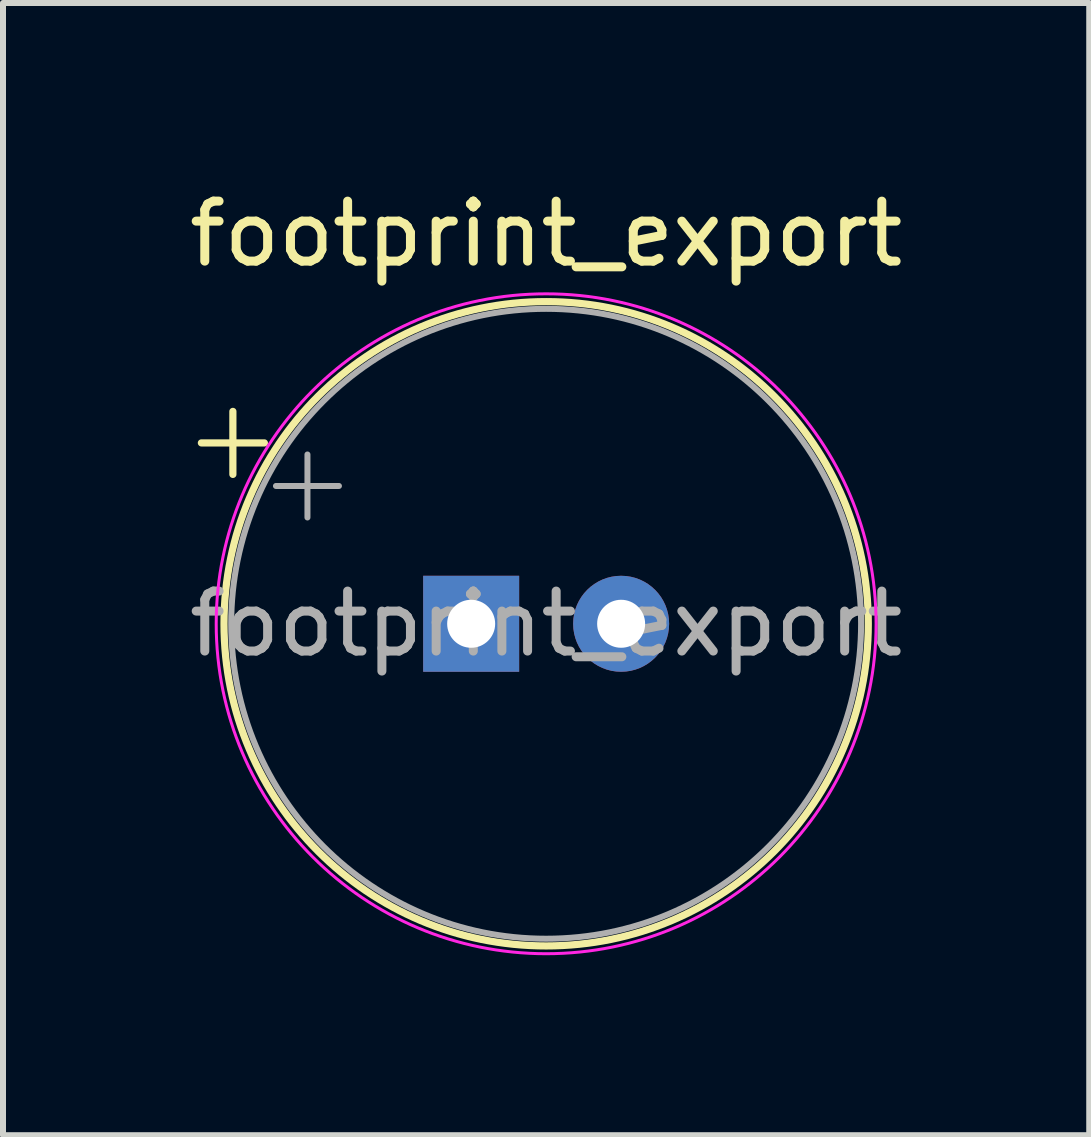
<source format=kicad_pcb>
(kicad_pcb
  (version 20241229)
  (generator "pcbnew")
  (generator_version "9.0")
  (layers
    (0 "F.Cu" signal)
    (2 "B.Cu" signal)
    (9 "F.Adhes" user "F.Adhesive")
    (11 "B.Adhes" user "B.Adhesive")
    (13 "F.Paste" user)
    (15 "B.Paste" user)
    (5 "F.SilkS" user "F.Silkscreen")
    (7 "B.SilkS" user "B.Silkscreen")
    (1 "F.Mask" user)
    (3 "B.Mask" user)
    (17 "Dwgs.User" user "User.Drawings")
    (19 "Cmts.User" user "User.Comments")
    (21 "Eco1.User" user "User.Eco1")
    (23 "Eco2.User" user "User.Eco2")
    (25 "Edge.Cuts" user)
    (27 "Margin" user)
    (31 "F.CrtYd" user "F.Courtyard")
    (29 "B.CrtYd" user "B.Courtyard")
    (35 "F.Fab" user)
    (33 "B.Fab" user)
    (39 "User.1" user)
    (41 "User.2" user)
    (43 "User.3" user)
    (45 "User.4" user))
  (footprint "footprint_export"
    (layer "F.Cu")
    (at 4.804 7.348)
    (property "Reference" "footprint_export" (at 1.25 -6.5 0) (layer "F.SilkS") (effects (font (size 1 1) (thickness 0.15))))
    (attr through_hole)
    (fp_line (start -4.497 -3.015) (end -3.447 -3.015) (stroke (width 0.12) (type solid)) (layer "F.SilkS"))
    (fp_line (start -3.972 -3.54) (end -3.972 -2.49) (stroke (width 0.12) (type solid)) (layer "F.SilkS"))
    (fp_circle (center 1.25 0) (end 6.62 0) (stroke (width 0.12) (type solid)) (fill no) (layer "F.SilkS"))
    (fp_circle (center 1.25 0) (end 6.75 0) (stroke (width 0.05) (type solid)) (fill no) (layer "F.CrtYd"))
    (fp_line (start -3.254 -2.297) (end -2.204 -2.297) (stroke (width 0.1) (type solid)) (layer "F.Fab"))
    (fp_line (start -2.729 -2.822) (end -2.729 -1.772) (stroke (width 0.1) (type solid)) (layer "F.Fab"))
    (fp_circle (center 1.25 0) (end 6.5 0) (stroke (width 0.1) (type solid)) (fill no) (layer "F.Fab"))
    (fp_text user "${REFERENCE}" (at 1.25 0 0) (layer "F.Fab") (effects (font (size 1 1) (thickness 0.15))))
    (pad "1" thru_hole rect (at 0 0) (size 1.6 1.6) (drill 0.8) (layers "*.Cu" "*.Mask"))
    (pad "2" thru_hole circle (at 2.5 0) (size 1.6 1.6) (drill 0.8) (layers "*.Cu" "*.Mask")))
  (gr_rect
    (start -3 -3)
    (end 15.107 15.873)
    (stroke (width 0.1) (type default))
    (fill no)
    (layer "Edge.Cuts")))
</source>
